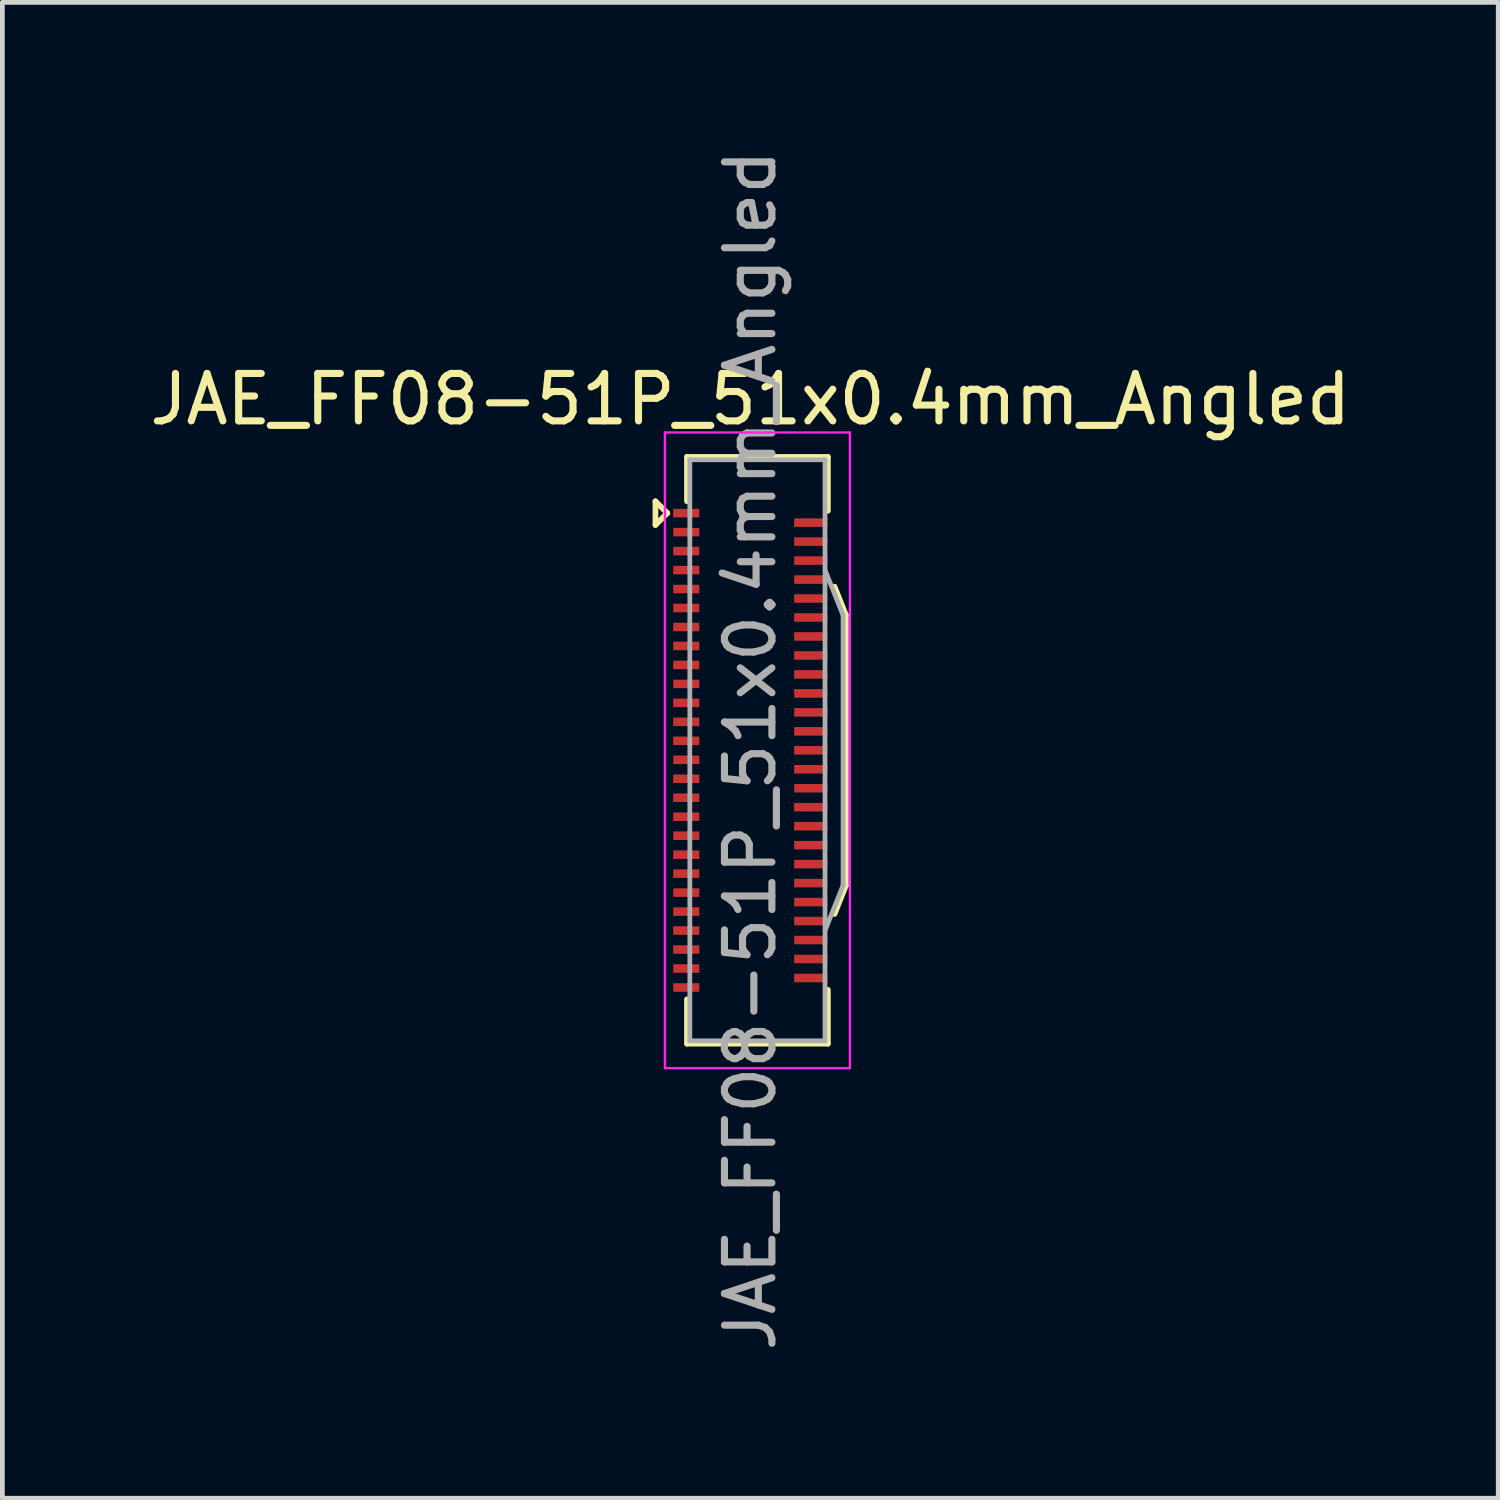
<source format=kicad_pcb>
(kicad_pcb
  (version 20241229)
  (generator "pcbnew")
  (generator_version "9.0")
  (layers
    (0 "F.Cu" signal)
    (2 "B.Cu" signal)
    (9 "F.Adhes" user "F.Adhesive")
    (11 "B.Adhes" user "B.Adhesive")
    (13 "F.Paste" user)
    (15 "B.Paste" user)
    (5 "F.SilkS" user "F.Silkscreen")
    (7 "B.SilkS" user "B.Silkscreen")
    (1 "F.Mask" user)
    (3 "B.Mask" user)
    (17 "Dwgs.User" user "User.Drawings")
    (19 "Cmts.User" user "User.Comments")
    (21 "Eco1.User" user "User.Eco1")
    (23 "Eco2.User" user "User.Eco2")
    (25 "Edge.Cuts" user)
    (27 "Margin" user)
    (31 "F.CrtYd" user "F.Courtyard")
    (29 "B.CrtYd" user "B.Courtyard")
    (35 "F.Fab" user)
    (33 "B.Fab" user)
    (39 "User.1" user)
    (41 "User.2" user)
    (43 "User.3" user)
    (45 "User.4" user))
  (footprint "JAE_FF08-51P_51x0.4mm_Angled"
    (layer "F.Cu")
    (at 12.768 12.768)
    (property "Reference" "JAE_FF08-51P_51x0.4mm_Angled" (at 0 -7.4 0) (layer "F.SilkS") (effects (font (size 1 1) (thickness 0.15))))
    (attr smd)
    (fp_line (start -2 -5.25) (end -1.75 -5) (stroke (width 0.12) (type solid)) (layer "F.SilkS"))
    (fp_line (start -2 -4.75) (end -2 -5.25) (stroke (width 0.12) (type solid)) (layer "F.SilkS"))
    (fp_line (start -1.75 -5) (end -2 -4.75) (stroke (width 0.12) (type solid)) (layer "F.SilkS"))
    (fp_line (start -1.335 -6.185) (end -1.335 -5.25) (stroke (width 0.12) (type solid)) (layer "F.SilkS"))
    (fp_line (start -1.335 -6.185) (end 1.635 -6.185) (stroke (width 0.12) (type solid)) (layer "F.SilkS"))
    (fp_line (start -1.335 6.185) (end -1.335 5.25) (stroke (width 0.12) (type solid)) (layer "F.SilkS"))
    (fp_line (start 1.635 -6.185) (end 1.635 -5.05) (stroke (width 0.12) (type solid)) (layer "F.SilkS"))
    (fp_line (start 1.635 5.05) (end 1.635 6.185) (stroke (width 0.12) (type solid)) (layer "F.SilkS"))
    (fp_line (start 1.635 6.185) (end -1.335 6.185) (stroke (width 0.12) (type solid)) (layer "F.SilkS"))
    (fp_line (start 1.775 -3.45) (end 2.015 -2.85) (stroke (width 0.12) (type solid)) (layer "F.SilkS"))
    (fp_line (start 1.775 3.45) (end 2.015 2.85) (stroke (width 0.12) (type solid)) (layer "F.SilkS"))
    (fp_line (start 2.015 -2.85) (end 2.015 2.85) (stroke (width 0.12) (type solid)) (layer "F.SilkS"))
    (fp_line (start -1.8 -6.7) (end 2.1 -6.7) (stroke (width 0.05) (type solid)) (layer "F.CrtYd"))
    (fp_line (start -1.8 6.7) (end -1.8 -6.7) (stroke (width 0.05) (type solid)) (layer "F.CrtYd"))
    (fp_line (start 2.1 -6.7) (end 2.1 6.7) (stroke (width 0.05) (type solid)) (layer "F.CrtYd"))
    (fp_line (start 2.1 6.7) (end -1.8 6.7) (stroke (width 0.05) (type solid)) (layer "F.CrtYd"))
    (fp_line (start -1.275 -6.125) (end 1.575 -6.125) (stroke (width 0.1) (type solid)) (layer "F.Fab"))
    (fp_line (start -1.275 6.125) (end -1.275 -6.125) (stroke (width 0.1) (type solid)) (layer "F.Fab"))
    (fp_line (start -1.275 6.125) (end 1.575 6.125) (stroke (width 0.1) (type solid)) (layer "F.Fab"))
    (fp_line (start 1.575 6.125) (end 1.575 -6.125) (stroke (width 0.1) (type solid)) (layer "F.Fab"))
    (fp_line (start 1.955 -2.85) (end 1.575 -3.8) (stroke (width 0.1) (type solid)) (layer "F.Fab"))
    (fp_line (start 1.955 2.85) (end 1.575 3.8) (stroke (width 0.1) (type solid)) (layer "F.Fab"))
    (fp_line (start 1.955 2.85) (end 1.955 -2.85) (stroke (width 0.1) (type solid)) (layer "F.Fab"))
    (fp_text user "${REFERENCE}" (at 0 0 90) (layer "F.Fab") (effects (font (size 1 1) (thickness 0.15))))
    (pad "1" smd rect (at -1.35 -5 90) (size 0.18 0.55) (layers "F.Cu" "F.Mask" "F.Paste"))
    (pad "2" smd rect (at 1.275 -4.8 90) (size 0.18 0.7) (layers "F.Cu" "F.Mask" "F.Paste"))
    (pad "3" smd rect (at -1.35 -4.6 90) (size 0.18 0.55) (layers "F.Cu" "F.Mask" "F.Paste"))
    (pad "4" smd rect (at 1.275 -4.4 90) (size 0.18 0.7) (layers "F.Cu" "F.Mask" "F.Paste"))
    (pad "5" smd rect (at -1.35 -4.2 90) (size 0.18 0.55) (layers "F.Cu" "F.Mask" "F.Paste"))
    (pad "6" smd rect (at 1.275 -4 90) (size 0.18 0.7) (layers "F.Cu" "F.Mask" "F.Paste"))
    (pad "7" smd rect (at -1.35 -3.8 90) (size 0.18 0.55) (layers "F.Cu" "F.Mask" "F.Paste"))
    (pad "8" smd rect (at 1.275 -3.6 90) (size 0.18 0.7) (layers "F.Cu" "F.Mask" "F.Paste"))
    (pad "9" smd rect (at -1.35 -3.4 90) (size 0.18 0.55) (layers "F.Cu" "F.Mask" "F.Paste"))
    (pad "10" smd rect (at 1.275 -3.2 90) (size 0.18 0.7) (layers "F.Cu" "F.Mask" "F.Paste"))
    (pad "11" smd rect (at -1.35 -3 90) (size 0.18 0.55) (layers "F.Cu" "F.Mask" "F.Paste"))
    (pad "12" smd rect (at 1.275 -2.8 90) (size 0.18 0.7) (layers "F.Cu" "F.Mask" "F.Paste"))
    (pad "13" smd rect (at -1.35 -2.6 90) (size 0.18 0.55) (layers "F.Cu" "F.Mask" "F.Paste"))
    (pad "14" smd rect (at 1.275 -2.4 90) (size 0.18 0.7) (layers "F.Cu" "F.Mask" "F.Paste"))
    (pad "15" smd rect (at -1.35 -2.2 90) (size 0.18 0.55) (layers "F.Cu" "F.Mask" "F.Paste"))
    (pad "16" smd rect (at 1.275 -2 90) (size 0.18 0.7) (layers "F.Cu" "F.Mask" "F.Paste"))
    (pad "17" smd rect (at -1.35 -1.8 90) (size 0.18 0.55) (layers "F.Cu" "F.Mask" "F.Paste"))
    (pad "18" smd rect (at 1.275 -1.6 90) (size 0.18 0.7) (layers "F.Cu" "F.Mask" "F.Paste"))
    (pad "19" smd rect (at -1.35 -1.4 90) (size 0.18 0.55) (layers "F.Cu" "F.Mask" "F.Paste"))
    (pad "20" smd rect (at 1.275 -1.2 90) (size 0.18 0.7) (layers "F.Cu" "F.Mask" "F.Paste"))
    (pad "21" smd rect (at -1.35 -1 90) (size 0.18 0.55) (layers "F.Cu" "F.Mask" "F.Paste"))
    (pad "22" smd rect (at 1.275 -0.8 90) (size 0.18 0.7) (layers "F.Cu" "F.Mask" "F.Paste"))
    (pad "23" smd rect (at -1.35 -0.6 90) (size 0.18 0.55) (layers "F.Cu" "F.Mask" "F.Paste"))
    (pad "24" smd rect (at 1.275 -0.4 90) (size 0.18 0.7) (layers "F.Cu" "F.Mask" "F.Paste"))
    (pad "25" smd rect (at -1.35 -0.2 90) (size 0.18 0.55) (layers "F.Cu" "F.Mask" "F.Paste"))
    (pad "26" smd rect (at 1.275 0 90) (size 0.18 0.7) (layers "F.Cu" "F.Mask" "F.Paste"))
    (pad "27" smd rect (at -1.35 0.2 90) (size 0.18 0.55) (layers "F.Cu" "F.Mask" "F.Paste"))
    (pad "28" smd rect (at 1.275 0.4 90) (size 0.18 0.7) (layers "F.Cu" "F.Mask" "F.Paste"))
    (pad "29" smd rect (at -1.35 0.6 90) (size 0.18 0.55) (layers "F.Cu" "F.Mask" "F.Paste"))
    (pad "30" smd rect (at 1.275 0.8 90) (size 0.18 0.7) (layers "F.Cu" "F.Mask" "F.Paste"))
    (pad "31" smd rect (at -1.35 1 90) (size 0.18 0.55) (layers "F.Cu" "F.Mask" "F.Paste"))
    (pad "32" smd rect (at 1.275 1.2 90) (size 0.18 0.7) (layers "F.Cu" "F.Mask" "F.Paste"))
    (pad "33" smd rect (at -1.35 1.4 90) (size 0.18 0.55) (layers "F.Cu" "F.Mask" "F.Paste"))
    (pad "34" smd rect (at 1.275 1.6 90) (size 0.18 0.7) (layers "F.Cu" "F.Mask" "F.Paste"))
    (pad "35" smd rect (at -1.35 1.8 90) (size 0.18 0.55) (layers "F.Cu" "F.Mask" "F.Paste"))
    (pad "36" smd rect (at 1.275 2 90) (size 0.18 0.7) (layers "F.Cu" "F.Mask" "F.Paste"))
    (pad "37" smd rect (at -1.35 2.2 90) (size 0.18 0.55) (layers "F.Cu" "F.Mask" "F.Paste"))
    (pad "38" smd rect (at 1.275 2.4 90) (size 0.18 0.7) (layers "F.Cu" "F.Mask" "F.Paste"))
    (pad "39" smd rect (at -1.35 2.6 90) (size 0.18 0.55) (layers "F.Cu" "F.Mask" "F.Paste"))
    (pad "40" smd rect (at 1.275 2.8 90) (size 0.18 0.7) (layers "F.Cu" "F.Mask" "F.Paste"))
    (pad "41" smd rect (at -1.35 3 90) (size 0.18 0.55) (layers "F.Cu" "F.Mask" "F.Paste"))
    (pad "42" smd rect (at 1.275 3.2 90) (size 0.18 0.7) (layers "F.Cu" "F.Mask" "F.Paste"))
    (pad "43" smd rect (at -1.35 3.4 90) (size 0.18 0.55) (layers "F.Cu" "F.Mask" "F.Paste"))
    (pad "44" smd rect (at 1.275 3.6 90) (size 0.18 0.7) (layers "F.Cu" "F.Mask" "F.Paste"))
    (pad "45" smd rect (at -1.35 3.8 90) (size 0.18 0.55) (layers "F.Cu" "F.Mask" "F.Paste"))
    (pad "46" smd rect (at 1.275 4 90) (size 0.18 0.7) (layers "F.Cu" "F.Mask" "F.Paste"))
    (pad "47" smd rect (at -1.35 4.2 90) (size 0.18 0.55) (layers "F.Cu" "F.Mask" "F.Paste"))
    (pad "48" smd rect (at 1.275 4.4 90) (size 0.18 0.7) (layers "F.Cu" "F.Mask" "F.Paste"))
    (pad "49" smd rect (at -1.35 4.6 90) (size 0.18 0.55) (layers "F.Cu" "F.Mask" "F.Paste"))
    (pad "50" smd rect (at 1.275 4.8 90) (size 0.18 0.7) (layers "F.Cu" "F.Mask" "F.Paste"))
    (pad "51" smd rect (at -1.35 5 90) (size 0.18 0.55) (layers "F.Cu" "F.Mask" "F.Paste")))
  (gr_rect
    (start -3 -3)
    (end 28.536 28.536)
    (stroke (width 0.1) (type default))
    (fill no)
    (layer "Edge.Cuts")))
</source>
